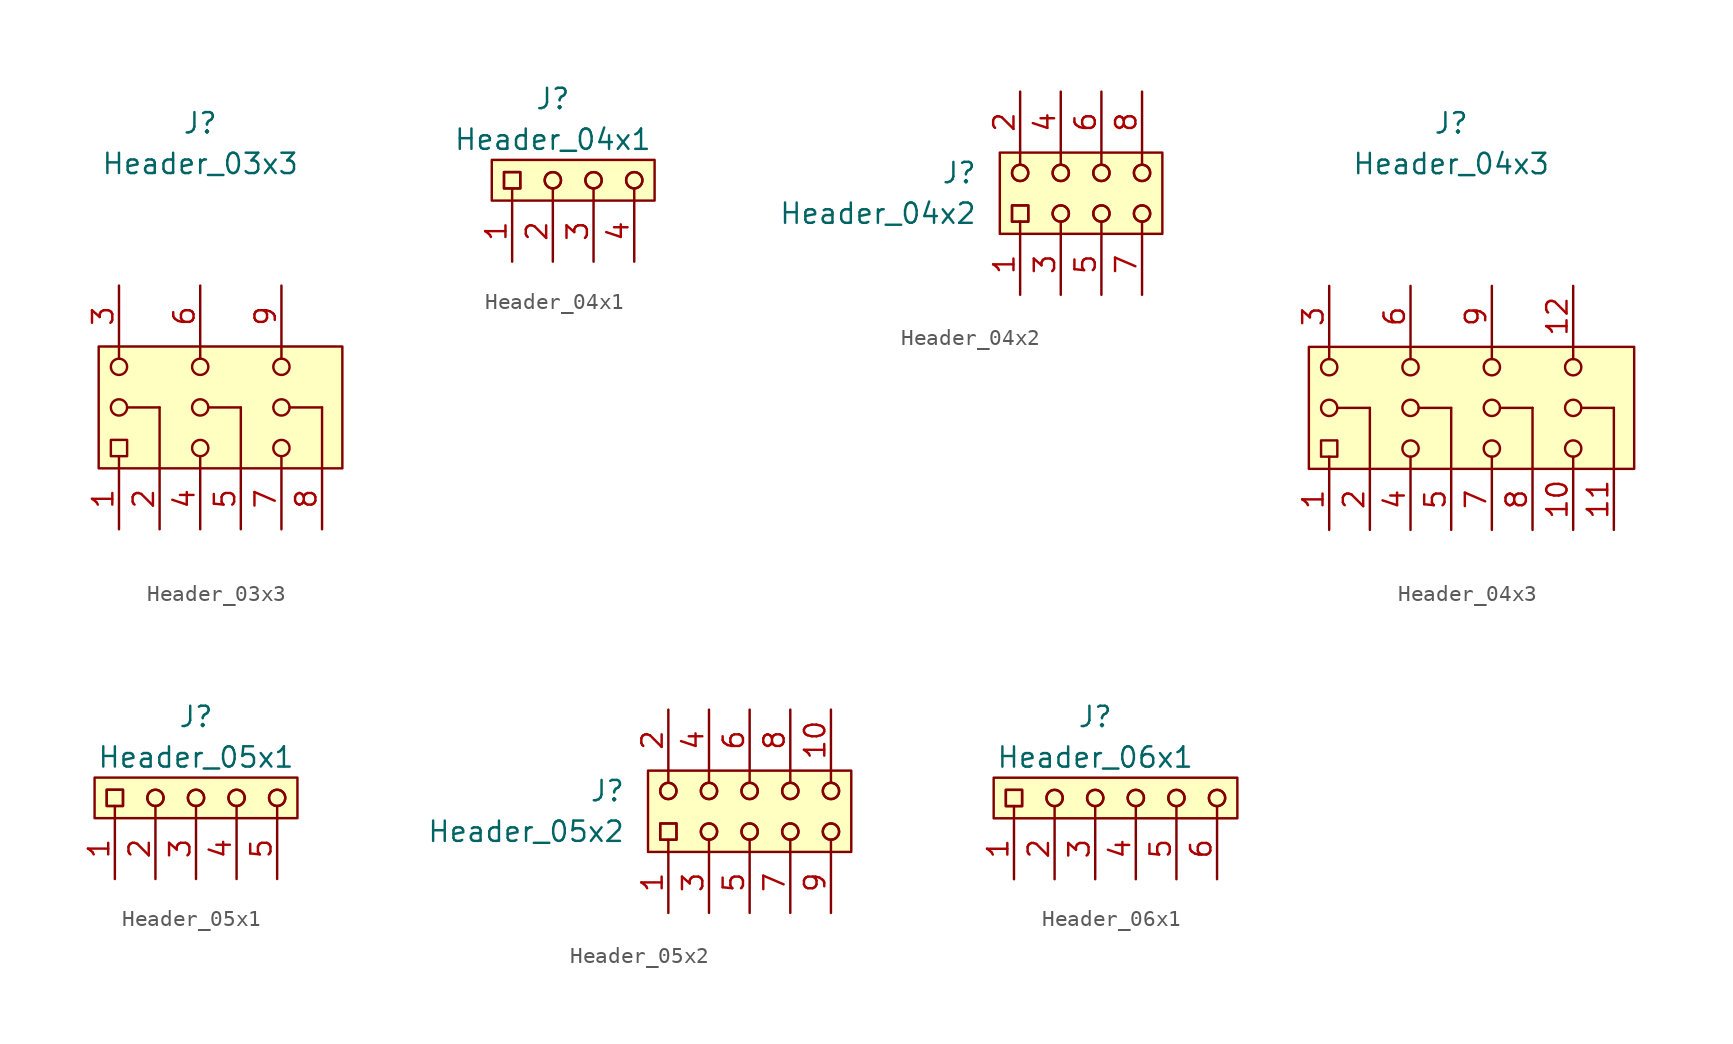
<source format=kicad_sym>
(kicad_symbol_lib
  (version 20220914)
  (generator kicad_symbol_editor)
  (symbol "Header_03x3"
    (pin_names hide)
    (property "Reference" "J"
      (at 0 17.78 0)
      (effects (font (size 1.27 1.27))))
    (property "Value" "Header_03x3"
      (at 0 15.24 0)
      (effects (font (size 1.27 1.27))))
    (symbol "Header_03x3_0_0"
      (pin passive line (at -5.08 -7.62 90) (length 3.81) (name "~" (effects (font (size 1.27 1.27)))) (number "1" (effects (font (size 1.27 1.27)))))
      (pin passive line (at -2.54 -7.62 90) (length 3.81) (name "~" (effects (font (size 1.27 1.27)))) (number "2" (effects (font (size 1.27 1.27)))))
      (pin passive line (at -5.08 7.62 270) (length 3.81) (name "~" (effects (font (size 1.27 1.27)))) (number "3" (effects (font (size 1.27 1.27)))))
      (pin passive line (at 0 -7.62 90) (length 3.81) (name "~" (effects (font (size 1.27 1.27)))) (number "4" (effects (font (size 1.27 1.27)))))
      (pin passive line (at 2.54 -7.62 90) (length 3.81) (name "~" (effects (font (size 1.27 1.27)))) (number "5" (effects (font (size 1.27 1.27)))))
      (pin passive line (at 0 7.62 270) (length 3.81) (name "~" (effects (font (size 1.27 1.27)))) (number "6" (effects (font (size 1.27 1.27)))))
      (pin passive line (at 5.08 -7.62 90) (length 3.81) (name "~" (effects (font (size 1.27 1.27)))) (number "7" (effects (font (size 1.27 1.27)))))
      (pin passive line (at 7.62 -7.62 90) (length 3.81) (name "~" (effects (font (size 1.27 1.27)))) (number "8" (effects (font (size 1.27 1.27)))))
      (pin passive line (at 5.08 7.62 270) (length 3.81) (name "~" (effects (font (size 1.27 1.27)))) (number "9" (effects (font (size 1.27 1.27))))))
    (symbol "Header_03x3_0_1"
      (rectangle (start -6.35 3.81) (end 8.89 -3.81) (stroke (width 0.152) (type default)) (fill (type background)))
      (rectangle (start -5.588 -2.032) (end -4.572 -3.048) (stroke (width 0) (type default)) (fill (type none)))
      (circle (center -5.08 0) (radius 0.508) (stroke (width 0) (type default)) (fill (type none)))
      (circle (center -5.08 2.54) (radius 0.508) (stroke (width 0) (type default)) (fill (type none)))
      (circle (center 0 -2.54) (radius 0.508) (stroke (width 0) (type default)) (fill (type none)))
      (polyline (pts (xy -5.08 -3.048) (xy -5.08 -3.81)) (stroke (width 0) (type default)) (fill (type none)))
      (polyline (pts (xy -5.08 3.048) (xy -5.08 3.81)) (stroke (width 0) (type default)) (fill (type none)))
      (polyline (pts (xy -2.54 0) (xy -4.572 0)) (stroke (width 0.152) (type default)) (fill (type none)))
      (polyline (pts (xy -2.54 0) (xy -2.54 -3.81)) (stroke (width 0) (type default)) (fill (type none)))
      (polyline (pts (xy 0 -3.048) (xy 0 -3.81)) (stroke (width 0) (type default)) (fill (type none)))
      (polyline (pts (xy 0 3.048) (xy 0 3.81)) (stroke (width 0) (type default)) (fill (type none)))
      (polyline (pts (xy 2.54 0) (xy 0.508 0)) (stroke (width 0.152) (type default)) (fill (type none)))
      (polyline (pts (xy 2.54 0) (xy 2.54 -3.81)) (stroke (width 0) (type default)) (fill (type none)))
      (polyline (pts (xy 5.08 -3.048) (xy 5.08 -3.81)) (stroke (width 0) (type default)) (fill (type none)))
      (polyline (pts (xy 5.08 3.048) (xy 5.08 3.81)) (stroke (width 0) (type default)) (fill (type none)))
      (polyline (pts (xy 7.62 0) (xy 5.588 0)) (stroke (width 0.152) (type default)) (fill (type none)))
      (polyline (pts (xy 7.62 0) (xy 7.62 -3.81)) (stroke (width 0) (type default)) (fill (type none)))
      (circle (center 0 0) (radius 0.508) (stroke (width 0) (type default)) (fill (type none)))
      (circle (center 0 2.54) (radius 0.508) (stroke (width 0) (type default)) (fill (type none)))
      (circle (center 5.08 -2.54) (radius 0.508) (stroke (width 0) (type default)) (fill (type none)))
      (circle (center 5.08 0) (radius 0.508) (stroke (width 0) (type default)) (fill (type none)))
      (circle (center 5.08 2.54) (radius 0.508) (stroke (width 0) (type default)) (fill (type none)))))
  (symbol "Header_04x1"
    (pin_names hide)
    (property "Reference" "J"
      (at 0 5.08 0)
      (effects (font (size 1.27 1.27))))
    (property "Value" "Header_04x1"
      (at 0 2.54 0)
      (effects (font (size 1.27 1.27))))
    (symbol "Header_04x1_0_0"
      (pin passive line (at -2.54 -5.08 90) (length 3.81) (name "~" (effects (font (size 1.27 1.27)))) (number "1" (effects (font (size 1.27 1.27)))))
      (pin passive line (at 0 -5.08 90) (length 3.81) (name "~" (effects (font (size 1.27 1.27)))) (number "2" (effects (font (size 1.27 1.27)))))
      (pin passive line (at 2.54 -5.08 90) (length 3.81) (name "~" (effects (font (size 1.27 1.27)))) (number "3" (effects (font (size 1.27 1.27)))))
      (pin passive line (at 5.08 -5.08 90) (length 3.81) (name "~" (effects (font (size 1.27 1.27)))) (number "4" (effects (font (size 1.27 1.27))))))
    (symbol "Header_04x1_0_1"
      (rectangle (start -3.81 1.27) (end 6.35 -1.27) (stroke (width 0.152) (type default)) (fill (type background)))
      (rectangle (start -3.048 0.508) (end -2.032 -0.508) (stroke (width 0) (type default)) (fill (type none)))
      (rectangle (start -3.048 0.508) (end -2.032 -0.508) (stroke (width 0) (type default)) (fill (type none)))
      (polyline (pts (xy -2.54 -0.508) (xy -2.54 -1.27)) (stroke (width 0) (type default)) (fill (type none)))
      (polyline (pts (xy 0 -0.508) (xy 0 -1.27)) (stroke (width 0) (type default)) (fill (type none)))
      (polyline (pts (xy 2.54 -0.508) (xy 2.54 -1.27)) (stroke (width 0) (type default)) (fill (type none)))
      (polyline (pts (xy 5.08 -0.508) (xy 5.08 -1.27)) (stroke (width 0) (type default)) (fill (type none)))
      (circle (center 0 0) (radius 0.508) (stroke (width 0) (type default)) (fill (type none)))
      (circle (center 0 0) (radius 0.508) (stroke (width 0) (type default)) (fill (type none)))
      (circle (center 2.54 0) (radius 0.508) (stroke (width 0) (type default)) (fill (type none)))
      (circle (center 2.54 0) (radius 0.508) (stroke (width 0) (type default)) (fill (type none)))
      (circle (center 5.08 0) (radius 0.508) (stroke (width 0) (type default)) (fill (type none)))
      (circle (center 5.08 0) (radius 0.508) (stroke (width 0) (type default)) (fill (type none)))))
  (symbol "Header_04x2"
    (pin_names hide)
    (property "Reference" "J"
      (at -6.35 2.54 0)
      (effects (font (size 1.27 1.27))))
    (property "Value" "Header_04x2"
      (at -11.43 0 0)
      (effects (font (size 1.27 1.27))))
    (symbol "Header_04x2_0_0"
      (pin passive line (at -2.54 -5.08 90) (length 3.81) (name "~" (effects (font (size 1.27 1.27)))) (number "1" (effects (font (size 1.27 1.27)))))
      (pin passive line (at -2.54 7.62 270) (length 3.81) (name "~" (effects (font (size 1.27 1.27)))) (number "2" (effects (font (size 1.27 1.27)))))
      (pin passive line (at 0 -5.08 90) (length 3.81) (name "~" (effects (font (size 1.27 1.27)))) (number "3" (effects (font (size 1.27 1.27)))))
      (pin passive line (at 0 7.62 270) (length 3.81) (name "~" (effects (font (size 1.27 1.27)))) (number "4" (effects (font (size 1.27 1.27)))))
      (pin passive line (at 2.54 -5.08 90) (length 3.81) (name "~" (effects (font (size 1.27 1.27)))) (number "5" (effects (font (size 1.27 1.27)))))
      (pin passive line (at 2.54 7.62 270) (length 3.81) (name "~" (effects (font (size 1.27 1.27)))) (number "6" (effects (font (size 1.27 1.27)))))
      (pin passive line (at 5.08 -5.08 90) (length 3.81) (name "~" (effects (font (size 1.27 1.27)))) (number "7" (effects (font (size 1.27 1.27)))))
      (pin passive line (at 5.08 7.62 270) (length 3.81) (name "~" (effects (font (size 1.27 1.27)))) (number "8" (effects (font (size 1.27 1.27))))))
    (symbol "Header_04x2_0_1"
      (rectangle (start -3.81 3.81) (end 6.35 -1.27) (stroke (width 0.152) (type default)) (fill (type background)))
      (rectangle (start -3.048 0.508) (end -2.032 -0.508) (stroke (width 0) (type default)) (fill (type none)))
      (rectangle (start -3.048 0.508) (end -2.032 -0.508) (stroke (width 0) (type default)) (fill (type none)))
      (circle (center -2.54 2.54) (radius 0.508) (stroke (width 0) (type default)) (fill (type none)))
      (circle (center -2.54 2.54) (radius 0.508) (stroke (width 0) (type default)) (fill (type none)))
      (polyline (pts (xy -2.54 -0.508) (xy -2.54 -1.27)) (stroke (width 0) (type default)) (fill (type none)))
      (polyline (pts (xy -2.54 3.048) (xy -2.54 3.81)) (stroke (width 0) (type default)) (fill (type none)))
      (polyline (pts (xy 0 -0.508) (xy 0 -1.27)) (stroke (width 0) (type default)) (fill (type none)))
      (polyline (pts (xy 0 3.048) (xy 0 3.81)) (stroke (width 0) (type default)) (fill (type none)))
      (polyline (pts (xy 2.54 -0.508) (xy 2.54 -1.27)) (stroke (width 0) (type default)) (fill (type none)))
      (polyline (pts (xy 2.54 3.048) (xy 2.54 3.81)) (stroke (width 0) (type default)) (fill (type none)))
      (polyline (pts (xy 5.08 -0.508) (xy 5.08 -1.27)) (stroke (width 0) (type default)) (fill (type none)))
      (polyline (pts (xy 5.08 3.048) (xy 5.08 3.81)) (stroke (width 0) (type default)) (fill (type none)))
      (circle (center 0 0) (radius 0.508) (stroke (width 0) (type default)) (fill (type none)))
      (circle (center 0 0) (radius 0.508) (stroke (width 0) (type default)) (fill (type none)))
      (circle (center 0 2.54) (radius 0.508) (stroke (width 0) (type default)) (fill (type none)))
      (circle (center 0 2.54) (radius 0.508) (stroke (width 0) (type default)) (fill (type none)))
      (circle (center 2.54 0) (radius 0.508) (stroke (width 0) (type default)) (fill (type none)))
      (circle (center 2.54 0) (radius 0.508) (stroke (width 0) (type default)) (fill (type none)))
      (circle (center 2.54 2.54) (radius 0.508) (stroke (width 0) (type default)) (fill (type none)))
      (circle (center 2.54 2.54) (radius 0.508) (stroke (width 0) (type default)) (fill (type none)))
      (circle (center 5.08 0) (radius 0.508) (stroke (width 0) (type default)) (fill (type none)))
      (circle (center 5.08 0) (radius 0.508) (stroke (width 0) (type default)) (fill (type none)))
      (circle (center 5.08 2.54) (radius 0.508) (stroke (width 0) (type default)) (fill (type none)))
      (circle (center 5.08 2.54) (radius 0.508) (stroke (width 0) (type default)) (fill (type none)))))
  (symbol "Header_04x3"
    (pin_names hide)
    (property "Reference" "J"
      (at 0 17.78 0)
      (effects (font (size 1.27 1.27))))
    (property "Value" "Header_04x3"
      (at 0 15.24 0)
      (effects (font (size 1.27 1.27))))
    (symbol "Header_04x3_0_0"
      (pin passive line (at -7.62 -7.62 90) (length 3.81) (name "~" (effects (font (size 1.27 1.27)))) (number "1" (effects (font (size 1.27 1.27)))))
      (pin passive line (at 7.62 -7.62 90) (length 3.81) (name "~" (effects (font (size 1.27 1.27)))) (number "10" (effects (font (size 1.27 1.27)))))
      (pin passive line (at 10.16 -7.62 90) (length 3.81) (name "~" (effects (font (size 1.27 1.27)))) (number "11" (effects (font (size 1.27 1.27)))))
      (pin passive line (at 7.62 7.62 270) (length 3.81) (name "~" (effects (font (size 1.27 1.27)))) (number "12" (effects (font (size 1.27 1.27)))))
      (pin passive line (at -5.08 -7.62 90) (length 3.81) (name "~" (effects (font (size 1.27 1.27)))) (number "2" (effects (font (size 1.27 1.27)))))
      (pin passive line (at -7.62 7.62 270) (length 3.81) (name "~" (effects (font (size 1.27 1.27)))) (number "3" (effects (font (size 1.27 1.27)))))
      (pin passive line (at -2.54 -7.62 90) (length 3.81) (name "~" (effects (font (size 1.27 1.27)))) (number "4" (effects (font (size 1.27 1.27)))))
      (pin passive line (at 0 -7.62 90) (length 3.81) (name "~" (effects (font (size 1.27 1.27)))) (number "5" (effects (font (size 1.27 1.27)))))
      (pin passive line (at -2.54 7.62 270) (length 3.81) (name "~" (effects (font (size 1.27 1.27)))) (number "6" (effects (font (size 1.27 1.27)))))
      (pin passive line (at 2.54 -7.62 90) (length 3.81) (name "~" (effects (font (size 1.27 1.27)))) (number "7" (effects (font (size 1.27 1.27)))))
      (pin passive line (at 5.08 -7.62 90) (length 3.81) (name "~" (effects (font (size 1.27 1.27)))) (number "8" (effects (font (size 1.27 1.27)))))
      (pin passive line (at 2.54 7.62 270) (length 3.81) (name "~" (effects (font (size 1.27 1.27)))) (number "9" (effects (font (size 1.27 1.27))))))
    (symbol "Header_04x3_0_1"
      (rectangle (start -8.89 3.81) (end 11.43 -3.81) (stroke (width 0.152) (type default)) (fill (type background)))
      (rectangle (start -8.128 -2.032) (end -7.112 -3.048) (stroke (width 0) (type default)) (fill (type none)))
      (circle (center -7.62 0) (radius 0.508) (stroke (width 0) (type default)) (fill (type none)))
      (circle (center -7.62 2.54) (radius 0.508) (stroke (width 0) (type default)) (fill (type none)))
      (circle (center -2.54 -2.54) (radius 0.508) (stroke (width 0) (type default)) (fill (type none)))
      (circle (center -2.54 0) (radius 0.508) (stroke (width 0) (type default)) (fill (type none)))
      (circle (center -2.54 2.54) (radius 0.508) (stroke (width 0) (type default)) (fill (type none)))
      (polyline (pts (xy -7.62 -3.048) (xy -7.62 -3.81)) (stroke (width 0) (type default)) (fill (type none)))
      (polyline (pts (xy -7.62 3.048) (xy -7.62 3.81)) (stroke (width 0) (type default)) (fill (type none)))
      (polyline (pts (xy -5.08 0) (xy -7.112 0)) (stroke (width 0.152) (type default)) (fill (type none)))
      (polyline (pts (xy -5.08 0) (xy -5.08 -3.81)) (stroke (width 0) (type default)) (fill (type none)))
      (polyline (pts (xy -2.54 -3.048) (xy -2.54 -3.81)) (stroke (width 0) (type default)) (fill (type none)))
      (polyline (pts (xy -2.54 3.048) (xy -2.54 3.81)) (stroke (width 0) (type default)) (fill (type none)))
      (polyline (pts (xy 0 0) (xy -2.032 0)) (stroke (width 0.152) (type default)) (fill (type none)))
      (polyline (pts (xy 0 0) (xy 0 -3.81)) (stroke (width 0) (type default)) (fill (type none)))
      (polyline (pts (xy 2.54 -3.048) (xy 2.54 -3.81)) (stroke (width 0) (type default)) (fill (type none)))
      (polyline (pts (xy 2.54 3.048) (xy 2.54 3.81)) (stroke (width 0) (type default)) (fill (type none)))
      (polyline (pts (xy 5.08 0) (xy 3.048 0)) (stroke (width 0.152) (type default)) (fill (type none)))
      (polyline (pts (xy 5.08 0) (xy 5.08 -3.81)) (stroke (width 0) (type default)) (fill (type none)))
      (polyline (pts (xy 7.62 -3.048) (xy 7.62 -3.81)) (stroke (width 0) (type default)) (fill (type none)))
      (polyline (pts (xy 7.62 3.048) (xy 7.62 3.81)) (stroke (width 0) (type default)) (fill (type none)))
      (polyline (pts (xy 10.16 0) (xy 8.128 0)) (stroke (width 0.152) (type default)) (fill (type none)))
      (polyline (pts (xy 10.16 0) (xy 10.16 -3.81)) (stroke (width 0) (type default)) (fill (type none)))
      (circle (center 2.54 -2.54) (radius 0.508) (stroke (width 0) (type default)) (fill (type none)))
      (circle (center 2.54 0) (radius 0.508) (stroke (width 0) (type default)) (fill (type none)))
      (circle (center 2.54 2.54) (radius 0.508) (stroke (width 0) (type default)) (fill (type none)))
      (circle (center 7.62 -2.54) (radius 0.508) (stroke (width 0) (type default)) (fill (type none)))
      (circle (center 7.62 0) (radius 0.508) (stroke (width 0) (type default)) (fill (type none)))
      (circle (center 7.62 2.54) (radius 0.508) (stroke (width 0) (type default)) (fill (type none)))))
  (symbol "Header_05x1"
    (pin_names hide)
    (property "Reference" "J"
      (at 0 5.08 0)
      (effects (font (size 1.27 1.27))))
    (property "Value" "Header_05x1"
      (at 0 2.54 0)
      (effects (font (size 1.27 1.27))))
    (symbol "Header_05x1_0_0"
      (pin passive line (at 5.08 -5.08 90) (length 3.81) (name "~" (effects (font (size 1.27 1.27)))) (number "5" (effects (font (size 1.27 1.27))))))
    (symbol "Header_05x1_1_1"
      (rectangle (start -6.35 1.27) (end 6.35 -1.27) (stroke (width 0.152) (type default)) (fill (type background)))
      (rectangle (start -5.588 0.508) (end -4.572 -0.508) (stroke (width 0) (type default)) (fill (type none)))
      (rectangle (start -5.588 0.508) (end -4.572 -0.508) (stroke (width 0) (type default)) (fill (type none)))
      (circle (center -2.54 0) (radius 0.508) (stroke (width 0) (type default)) (fill (type none)))
      (circle (center -2.54 0) (radius 0.508) (stroke (width 0) (type default)) (fill (type none)))
      (polyline (pts (xy -5.08 -0.508) (xy -5.08 -1.27)) (stroke (width 0) (type default)) (fill (type none)))
      (polyline (pts (xy -2.54 -0.508) (xy -2.54 -1.27)) (stroke (width 0) (type default)) (fill (type none)))
      (polyline (pts (xy 0 -0.508) (xy 0 -1.27)) (stroke (width 0) (type default)) (fill (type none)))
      (polyline (pts (xy 2.54 -0.508) (xy 2.54 -1.27)) (stroke (width 0) (type default)) (fill (type none)))
      (polyline (pts (xy 5.08 -0.508) (xy 5.08 -1.27)) (stroke (width 0) (type default)) (fill (type none)))
      (circle (center 0 0) (radius 0.508) (stroke (width 0) (type default)) (fill (type none)))
      (circle (center 0 0) (radius 0.508) (stroke (width 0) (type default)) (fill (type none)))
      (circle (center 2.54 0) (radius 0.508) (stroke (width 0) (type default)) (fill (type none)))
      (circle (center 2.54 0) (radius 0.508) (stroke (width 0) (type default)) (fill (type none)))
      (circle (center 5.08 0) (radius 0.508) (stroke (width 0) (type default)) (fill (type none)))
      (circle (center 5.08 0) (radius 0.508) (stroke (width 0) (type default)) (fill (type none)))
      (pin passive line (at -5.08 -5.08 90) (length 3.81) (name "~" (effects (font (size 1.27 1.27)))) (number "1" (effects (font (size 1.27 1.27)))))
      (pin passive line (at -2.54 -5.08 90) (length 3.81) (name "~" (effects (font (size 1.27 1.27)))) (number "2" (effects (font (size 1.27 1.27)))))
      (pin passive line (at 0 -5.08 90) (length 3.81) (name "~" (effects (font (size 1.27 1.27)))) (number "3" (effects (font (size 1.27 1.27)))))
      (pin passive line (at 2.54 -5.08 90) (length 3.81) (name "~" (effects (font (size 1.27 1.27)))) (number "4" (effects (font (size 1.27 1.27)))))))
  (symbol "Header_05x2"
    (pin_names hide)
    (property "Reference" "J"
      (at -8.89 2.54 0)
      (effects (font (size 1.27 1.27))))
    (property "Value" "Header_05x2"
      (at -13.97 0 0)
      (effects (font (size 1.27 1.27))))
    (symbol "Header_05x2_0_0"
      (pin passive line (at -5.08 -5.08 90) (length 3.81) (name "~" (effects (font (size 1.27 1.27)))) (number "1" (effects (font (size 1.27 1.27)))))
      (pin passive line (at 5.08 7.62 270) (length 3.81) (name "~" (effects (font (size 1.27 1.27)))) (number "10" (effects (font (size 1.27 1.27)))))
      (pin passive line (at -5.08 7.62 270) (length 3.81) (name "~" (effects (font (size 1.27 1.27)))) (number "2" (effects (font (size 1.27 1.27)))))
      (pin passive line (at -2.54 -5.08 90) (length 3.81) (name "~" (effects (font (size 1.27 1.27)))) (number "3" (effects (font (size 1.27 1.27)))))
      (pin passive line (at -2.54 7.62 270) (length 3.81) (name "~" (effects (font (size 1.27 1.27)))) (number "4" (effects (font (size 1.27 1.27)))))
      (pin passive line (at 0 -5.08 90) (length 3.81) (name "~" (effects (font (size 1.27 1.27)))) (number "5" (effects (font (size 1.27 1.27)))))
      (pin passive line (at 0 7.62 270) (length 3.81) (name "~" (effects (font (size 1.27 1.27)))) (number "6" (effects (font (size 1.27 1.27)))))
      (pin passive line (at 2.54 -5.08 90) (length 3.81) (name "~" (effects (font (size 1.27 1.27)))) (number "7" (effects (font (size 1.27 1.27)))))
      (pin passive line (at 2.54 7.62 270) (length 3.81) (name "~" (effects (font (size 1.27 1.27)))) (number "8" (effects (font (size 1.27 1.27)))))
      (pin passive line (at 5.08 -5.08 90) (length 3.81) (name "~" (effects (font (size 1.27 1.27)))) (number "9" (effects (font (size 1.27 1.27))))))
    (symbol "Header_05x2_0_1"
      (rectangle (start -6.35 3.81) (end 6.35 -1.27) (stroke (width 0.152) (type default)) (fill (type background)))
      (rectangle (start -5.588 0.508) (end -4.572 -0.508) (stroke (width 0) (type default)) (fill (type none)))
      (rectangle (start -5.588 0.508) (end -4.572 -0.508) (stroke (width 0) (type default)) (fill (type none)))
      (circle (center -5.08 2.54) (radius 0.508) (stroke (width 0) (type default)) (fill (type none)))
      (circle (center -5.08 2.54) (radius 0.508) (stroke (width 0) (type default)) (fill (type none)))
      (circle (center -2.54 0) (radius 0.508) (stroke (width 0) (type default)) (fill (type none)))
      (circle (center -2.54 0) (radius 0.508) (stroke (width 0) (type default)) (fill (type none)))
      (circle (center -2.54 2.54) (radius 0.508) (stroke (width 0) (type default)) (fill (type none)))
      (circle (center -2.54 2.54) (radius 0.508) (stroke (width 0) (type default)) (fill (type none)))
      (polyline (pts (xy -5.08 -0.508) (xy -5.08 -1.27)) (stroke (width 0) (type default)) (fill (type none)))
      (polyline (pts (xy -5.08 3.048) (xy -5.08 3.81)) (stroke (width 0) (type default)) (fill (type none)))
      (polyline (pts (xy -2.54 -0.508) (xy -2.54 -1.27)) (stroke (width 0) (type default)) (fill (type none)))
      (polyline (pts (xy -2.54 3.048) (xy -2.54 3.81)) (stroke (width 0) (type default)) (fill (type none)))
      (polyline (pts (xy 0 -0.508) (xy 0 -1.27)) (stroke (width 0) (type default)) (fill (type none)))
      (polyline (pts (xy 0 3.048) (xy 0 3.81)) (stroke (width 0) (type default)) (fill (type none)))
      (polyline (pts (xy 2.54 -0.508) (xy 2.54 -1.27)) (stroke (width 0) (type default)) (fill (type none)))
      (polyline (pts (xy 2.54 3.048) (xy 2.54 3.81)) (stroke (width 0) (type default)) (fill (type none)))
      (polyline (pts (xy 5.08 -0.508) (xy 5.08 -1.27)) (stroke (width 0) (type default)) (fill (type none)))
      (polyline (pts (xy 5.08 3.048) (xy 5.08 3.81)) (stroke (width 0) (type default)) (fill (type none)))
      (circle (center 0 0) (radius 0.508) (stroke (width 0) (type default)) (fill (type none)))
      (circle (center 0 0) (radius 0.508) (stroke (width 0) (type default)) (fill (type none)))
      (circle (center 0 2.54) (radius 0.508) (stroke (width 0) (type default)) (fill (type none)))
      (circle (center 0 2.54) (radius 0.508) (stroke (width 0) (type default)) (fill (type none)))
      (circle (center 2.54 0) (radius 0.508) (stroke (width 0) (type default)) (fill (type none)))
      (circle (center 2.54 0) (radius 0.508) (stroke (width 0) (type default)) (fill (type none)))
      (circle (center 2.54 2.54) (radius 0.508) (stroke (width 0) (type default)) (fill (type none)))
      (circle (center 2.54 2.54) (radius 0.508) (stroke (width 0) (type default)) (fill (type none)))
      (circle (center 5.08 0) (radius 0.508) (stroke (width 0) (type default)) (fill (type none)))
      (circle (center 5.08 0) (radius 0.508) (stroke (width 0) (type default)) (fill (type none)))
      (circle (center 5.08 2.54) (radius 0.508) (stroke (width 0) (type default)) (fill (type none)))
      (circle (center 5.08 2.54) (radius 0.508) (stroke (width 0) (type default)) (fill (type none)))))
  (symbol "Header_06x1"
    (pin_names hide)
    (property "Reference" "J"
      (at 0 5.08 0)
      (effects (font (size 1.27 1.27))))
    (property "Value" "Header_06x1"
      (at 0 2.54 0)
      (effects (font (size 1.27 1.27))))
    (symbol "Header_06x1_1_1"
      (rectangle (start -6.35 1.27) (end 8.89 -1.27) (stroke (width 0.152) (type default)) (fill (type background)))
      (rectangle (start -5.588 0.508) (end -4.572 -0.508) (stroke (width 0) (type default)) (fill (type none)))
      (rectangle (start -5.588 0.508) (end -4.572 -0.508) (stroke (width 0) (type default)) (fill (type none)))
      (circle (center -2.54 0) (radius 0.508) (stroke (width 0) (type default)) (fill (type none)))
      (circle (center -2.54 0) (radius 0.508) (stroke (width 0) (type default)) (fill (type none)))
      (polyline (pts (xy -5.08 -0.508) (xy -5.08 -1.27)) (stroke (width 0) (type default)) (fill (type none)))
      (polyline (pts (xy -2.54 -0.508) (xy -2.54 -1.27)) (stroke (width 0) (type default)) (fill (type none)))
      (polyline (pts (xy 0 -0.508) (xy 0 -1.27)) (stroke (width 0) (type default)) (fill (type none)))
      (polyline (pts (xy 2.54 -0.508) (xy 2.54 -1.27)) (stroke (width 0) (type default)) (fill (type none)))
      (polyline (pts (xy 5.08 -0.508) (xy 5.08 -1.27)) (stroke (width 0) (type default)) (fill (type none)))
      (polyline (pts (xy 7.62 -0.508) (xy 7.62 -1.27)) (stroke (width 0) (type default)) (fill (type none)))
      (circle (center 0 0) (radius 0.508) (stroke (width 0) (type default)) (fill (type none)))
      (circle (center 0 0) (radius 0.508) (stroke (width 0) (type default)) (fill (type none)))
      (circle (center 2.54 0) (radius 0.508) (stroke (width 0) (type default)) (fill (type none)))
      (circle (center 2.54 0) (radius 0.508) (stroke (width 0) (type default)) (fill (type none)))
      (circle (center 5.08 0) (radius 0.508) (stroke (width 0) (type default)) (fill (type none)))
      (circle (center 5.08 0) (radius 0.508) (stroke (width 0) (type default)) (fill (type none)))
      (circle (center 7.62 0) (radius 0.508) (stroke (width 0) (type default)) (fill (type none)))
      (circle (center 7.62 0) (radius 0.508) (stroke (width 0) (type default)) (fill (type none)))
      (pin passive line (at -5.08 -5.08 90) (length 3.81) (name "~" (effects (font (size 1.27 1.27)))) (number "1" (effects (font (size 1.27 1.27)))))
      (pin passive line (at -2.54 -5.08 90) (length 3.81) (name "~" (effects (font (size 1.27 1.27)))) (number "2" (effects (font (size 1.27 1.27)))))
      (pin passive line (at 0 -5.08 90) (length 3.81) (name "~" (effects (font (size 1.27 1.27)))) (number "3" (effects (font (size 1.27 1.27)))))
      (pin passive line (at 2.54 -5.08 90) (length 3.81) (name "~" (effects (font (size 1.27 1.27)))) (number "4" (effects (font (size 1.27 1.27)))))
      (pin passive line (at 5.08 -5.08 90) (length 3.81) (name "~" (effects (font (size 1.27 1.27)))) (number "5" (effects (font (size 1.27 1.27)))))
      (pin passive line (at 7.62 -5.08 90) (length 3.81) (name "~" (effects (font (size 1.27 1.27)))) (number "6" (effects (font (size 1.27 1.27))))))))
</source>
